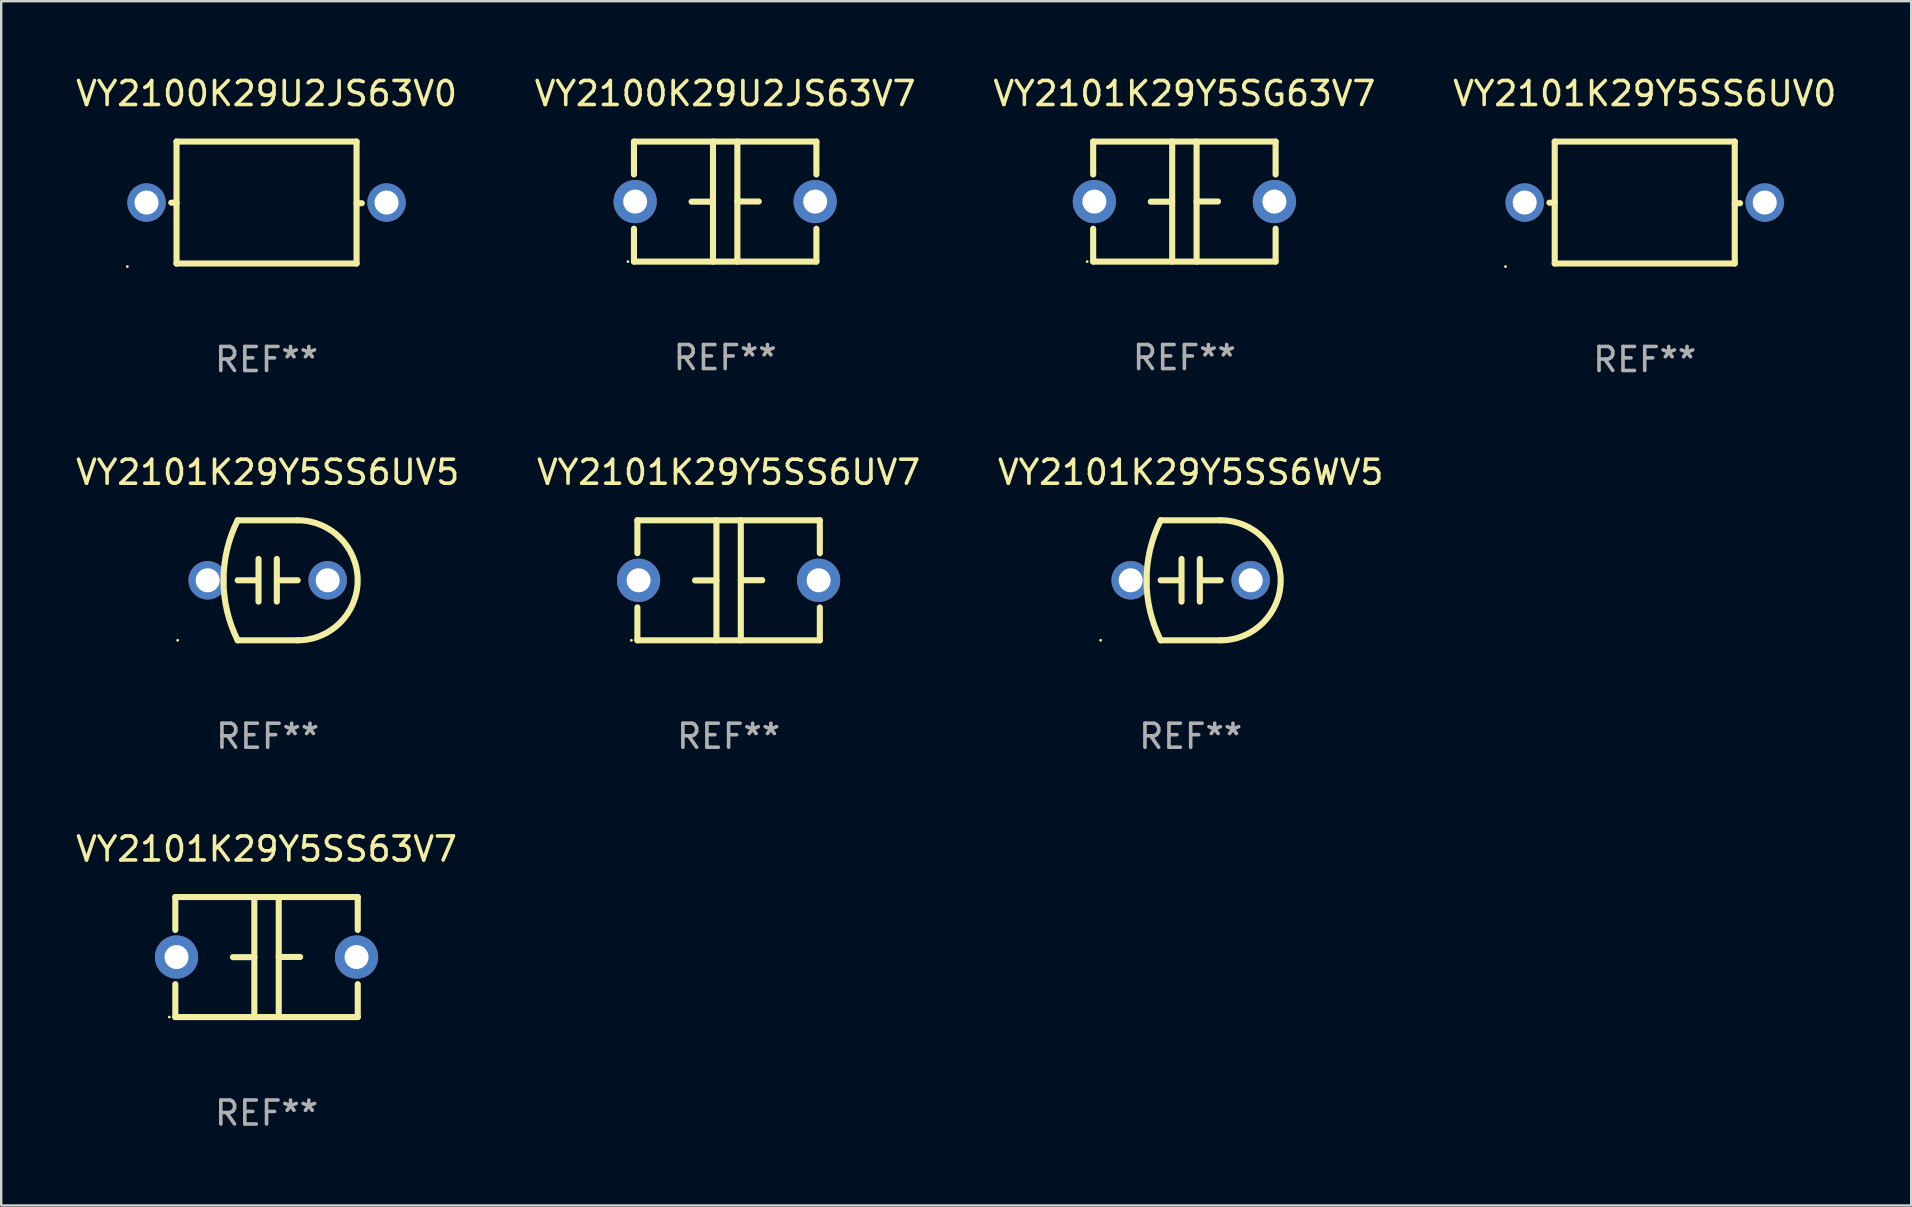
<source format=kicad_pcb>
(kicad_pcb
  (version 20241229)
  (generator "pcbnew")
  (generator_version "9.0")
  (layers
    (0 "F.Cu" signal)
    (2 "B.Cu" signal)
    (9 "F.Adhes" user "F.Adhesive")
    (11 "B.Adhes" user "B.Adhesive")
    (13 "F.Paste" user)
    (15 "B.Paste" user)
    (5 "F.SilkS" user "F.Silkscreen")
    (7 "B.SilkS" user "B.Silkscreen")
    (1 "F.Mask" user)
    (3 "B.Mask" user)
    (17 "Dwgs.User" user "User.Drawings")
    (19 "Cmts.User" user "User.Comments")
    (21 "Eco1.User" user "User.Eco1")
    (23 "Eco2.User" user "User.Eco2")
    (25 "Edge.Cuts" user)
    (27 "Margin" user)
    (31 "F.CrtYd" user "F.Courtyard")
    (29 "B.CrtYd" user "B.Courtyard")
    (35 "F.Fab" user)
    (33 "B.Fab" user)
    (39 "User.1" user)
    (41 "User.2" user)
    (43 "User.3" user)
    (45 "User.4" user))
  (footprint "VY2101K29Y5SG63V7"
    (layer "F.Cu")
    (at 46.292 5.348)
    (property "Reference" "VY2101K29Y5SG63V7" (at 0 -4.5 0) (layer "F.SilkS") (effects (font (size 1 1) (thickness 0.15))))
    (attr through_hole)
    (fp_line (start -3.8 -2.5) (end -3.8 -1.13) (stroke (width 0.254) (type solid)) (layer "F.SilkS"))
    (fp_line (start -3.8 -2.5) (end 3.8 -2.5) (stroke (width 0.254) (type solid)) (layer "F.SilkS"))
    (fp_line (start -3.8 1.13) (end -3.8 2.5) (stroke (width 0.254) (type solid)) (layer "F.SilkS"))
    (fp_line (start -3.8 2.5) (end 3.8 2.5) (stroke (width 0.254) (type solid)) (layer "F.SilkS"))
    (fp_line (start -0.508 0.004) (end -1.4 0.004) (stroke (width 0.254) (type solid)) (layer "F.SilkS"))
    (fp_line (start -0.508 2.5) (end -0.508 -2.5) (stroke (width 0.254) (type solid)) (layer "F.SilkS"))
    (fp_line (start 0.508 -2.5) (end 0.508 2.5) (stroke (width 0.254) (type solid)) (layer "F.SilkS"))
    (fp_line (start 0.508 -0.004) (end 1.4 -0.004) (stroke (width 0.254) (type solid)) (layer "F.SilkS"))
    (fp_line (start 3.8 -2.5) (end 3.8 -1.13) (stroke (width 0.254) (type solid)) (layer "F.SilkS"))
    (fp_line (start 3.8 1.13) (end 3.8 2.5) (stroke (width 0.254) (type solid)) (layer "F.SilkS"))
    (fp_circle (center -4.05 2.5) (end -4.02 2.5) (stroke (width 0.06) (type solid)) (fill no) (layer "F.SilkS"))
    (fp_text user "REF**" (at 0 6.5 0) (layer "F.Fab") (effects (font (size 1 1) (thickness 0.15))))
    (pad "1" thru_hole circle (at -3.75 0.000127) (size 1.8 1.8) (drill 1) (layers "*.Cu" "*.Mask"))
    (pad "2" thru_hole circle (at 3.75 0.000127) (size 1.8 1.8) (drill 1) (layers "*.Cu" "*.Mask")))
  (footprint "VY2100K29U2JS63V7"
    (layer "F.Cu")
    (at 27.161 5.348)
    (property "Reference" "VY2100K29U2JS63V7" (at 0 -4.5 0) (layer "F.SilkS") (effects (font (size 1 1) (thickness 0.15))))
    (attr through_hole)
    (fp_line (start -3.8 -2.5) (end -3.8 -1.13) (stroke (width 0.254) (type solid)) (layer "F.SilkS"))
    (fp_line (start -3.8 -2.5) (end 3.8 -2.5) (stroke (width 0.254) (type solid)) (layer "F.SilkS"))
    (fp_line (start -3.8 1.13) (end -3.8 2.5) (stroke (width 0.254) (type solid)) (layer "F.SilkS"))
    (fp_line (start -3.8 2.5) (end 3.8 2.5) (stroke (width 0.254) (type solid)) (layer "F.SilkS"))
    (fp_line (start -0.508 0.004) (end -1.4 0.004) (stroke (width 0.254) (type solid)) (layer "F.SilkS"))
    (fp_line (start -0.508 2.5) (end -0.508 -2.5) (stroke (width 0.254) (type solid)) (layer "F.SilkS"))
    (fp_line (start 0.508 -2.5) (end 0.508 2.5) (stroke (width 0.254) (type solid)) (layer "F.SilkS"))
    (fp_line (start 0.508 -0.004) (end 1.4 -0.004) (stroke (width 0.254) (type solid)) (layer "F.SilkS"))
    (fp_line (start 3.8 -2.5) (end 3.8 -1.13) (stroke (width 0.254) (type solid)) (layer "F.SilkS"))
    (fp_line (start 3.8 1.13) (end 3.8 2.5) (stroke (width 0.254) (type solid)) (layer "F.SilkS"))
    (fp_circle (center -4.05 2.5) (end -4.02 2.5) (stroke (width 0.06) (type solid)) (fill no) (layer "F.SilkS"))
    (fp_text user "REF**" (at 0 6.5 0) (layer "F.Fab") (effects (font (size 1 1) (thickness 0.15))))
    (pad "1" thru_hole circle (at -3.75 0.000127) (size 1.8 1.8) (drill 1) (layers "*.Cu" "*.Mask"))
    (pad "2" thru_hole circle (at 3.75 0.000127) (size 1.8 1.8) (drill 1) (layers "*.Cu" "*.Mask")))
  (footprint "VY2101K29Y5SS6UV7"
    (layer "F.Cu")
    (at 27.304 21.125)
    (property "Reference" "VY2101K29Y5SS6UV7" (at 0 -4.5 0) (layer "F.SilkS") (effects (font (size 1 1) (thickness 0.15))))
    (attr through_hole)
    (fp_line (start -3.8 -2.5) (end -3.8 -1.13) (stroke (width 0.254) (type solid)) (layer "F.SilkS"))
    (fp_line (start -3.8 -2.5) (end 3.8 -2.5) (stroke (width 0.254) (type solid)) (layer "F.SilkS"))
    (fp_line (start -3.8 1.13) (end -3.8 2.5) (stroke (width 0.254) (type solid)) (layer "F.SilkS"))
    (fp_line (start -3.8 2.5) (end 3.8 2.5) (stroke (width 0.254) (type solid)) (layer "F.SilkS"))
    (fp_line (start -0.508 0.004) (end -1.4 0.004) (stroke (width 0.254) (type solid)) (layer "F.SilkS"))
    (fp_line (start -0.508 2.5) (end -0.508 -2.5) (stroke (width 0.254) (type solid)) (layer "F.SilkS"))
    (fp_line (start 0.508 -2.5) (end 0.508 2.5) (stroke (width 0.254) (type solid)) (layer "F.SilkS"))
    (fp_line (start 0.508 -0.004) (end 1.4 -0.004) (stroke (width 0.254) (type solid)) (layer "F.SilkS"))
    (fp_line (start 3.8 -2.5) (end 3.8 -1.13) (stroke (width 0.254) (type solid)) (layer "F.SilkS"))
    (fp_line (start 3.8 1.13) (end 3.8 2.5) (stroke (width 0.254) (type solid)) (layer "F.SilkS"))
    (fp_circle (center -4.05 2.5) (end -4.02 2.5) (stroke (width 0.06) (type solid)) (fill no) (layer "F.SilkS"))
    (fp_text user "REF**" (at 0 6.5 0) (layer "F.Fab") (effects (font (size 1 1) (thickness 0.15))))
    (pad "1" thru_hole circle (at -3.75 0.000127) (size 1.8 1.8) (drill 1) (layers "*.Cu" "*.Mask"))
    (pad "2" thru_hole circle (at 3.75 0.000127) (size 1.8 1.8) (drill 1) (layers "*.Cu" "*.Mask")))
  (footprint "VY2101K29Y5SS63V7"
    (layer "F.Cu")
    (at 8.054 36.821)
    (property "Reference" "VY2101K29Y5SS63V7" (at 0 -4.5 0) (layer "F.SilkS") (effects (font (size 1 1) (thickness 0.15))))
    (attr through_hole)
    (fp_line (start -3.8 -2.5) (end -3.8 -1.13) (stroke (width 0.254) (type solid)) (layer "F.SilkS"))
    (fp_line (start -3.8 -2.5) (end 3.8 -2.5) (stroke (width 0.254) (type solid)) (layer "F.SilkS"))
    (fp_line (start -3.8 1.13) (end -3.8 2.5) (stroke (width 0.254) (type solid)) (layer "F.SilkS"))
    (fp_line (start -3.8 2.5) (end 3.8 2.5) (stroke (width 0.254) (type solid)) (layer "F.SilkS"))
    (fp_line (start -0.508 0.004) (end -1.4 0.004) (stroke (width 0.254) (type solid)) (layer "F.SilkS"))
    (fp_line (start -0.508 2.5) (end -0.508 -2.5) (stroke (width 0.254) (type solid)) (layer "F.SilkS"))
    (fp_line (start 0.508 -2.5) (end 0.508 2.5) (stroke (width 0.254) (type solid)) (layer "F.SilkS"))
    (fp_line (start 0.508 -0.004) (end 1.4 -0.004) (stroke (width 0.254) (type solid)) (layer "F.SilkS"))
    (fp_line (start 3.8 -2.5) (end 3.8 -1.13) (stroke (width 0.254) (type solid)) (layer "F.SilkS"))
    (fp_line (start 3.8 1.13) (end 3.8 2.5) (stroke (width 0.254) (type solid)) (layer "F.SilkS"))
    (fp_circle (center -4.05 2.5) (end -4.02 2.5) (stroke (width 0.06) (type solid)) (fill no) (layer "F.SilkS"))
    (fp_text user "REF**" (at 0 6.5 0) (layer "F.Fab") (effects (font (size 1 1) (thickness 0.15))))
    (pad "1" thru_hole circle (at -3.75 0.000127) (size 1.8 1.8) (drill 1) (layers "*.Cu" "*.Mask"))
    (pad "2" thru_hole circle (at 3.75 0.000127) (size 1.8 1.8) (drill 1) (layers "*.Cu" "*.Mask")))
  (footprint "VY2101K29Y5SS6UV0"
    (layer "F.Cu")
    (at 65.47 5.388)
    (property "Reference" "VY2101K29Y5SS6UV0" (at 0 -4.54 0) (layer "F.SilkS") (effects (font (size 1 1) (thickness 0.15))))
    (attr through_hole)
    (fp_line (start -3.75 -2.54) (end 3.75 -2.54) (stroke (width 0.254) (type solid)) (layer "F.SilkS"))
    (fp_line (start -3.75 0.006) (end -3.969 0.006) (stroke (width 0.254) (type solid)) (layer "F.SilkS"))
    (fp_line (start -3.75 2.54) (end -3.75 -2.54) (stroke (width 0.254) (type solid)) (layer "F.SilkS"))
    (fp_line (start 3.75 -2.54) (end 3.75 2.54) (stroke (width 0.254) (type solid)) (layer "F.SilkS"))
    (fp_line (start 3.75 0.028) (end 3.969 0.028) (stroke (width 0.254) (type solid)) (layer "F.SilkS"))
    (fp_line (start 3.75 2.54) (end -3.75 2.54) (stroke (width 0.254) (type solid)) (layer "F.SilkS"))
    (fp_circle (center -5.8 2.667) (end -5.77 2.667) (stroke (width 0.06) (type solid)) (fill no) (layer "F.SilkS"))
    (fp_text user "REF**" (at 0 6.54 0) (layer "F.Fab") (effects (font (size 1 1) (thickness 0.15))))
    (pad "1" thru_hole circle (at -5 0) (size 1.6 1.6) (drill 1) (layers "*.Cu" "*.Mask"))
    (pad "2" thru_hole circle (at 5 0) (size 1.6 1.6) (drill 1) (layers "*.Cu" "*.Mask")))
  (footprint "VY2101K29Y5SS6UV5"
    (layer "F.Cu")
    (at 8.101 21.125)
    (property "Reference" "VY2101K29Y5SS6UV5" (at 0 -4.5 0) (layer "F.SilkS") (effects (font (size 1 1) (thickness 0.15))))
    (attr through_hole)
    (fp_line (start -1.25 0) (end -0.508 0) (stroke (width 0.254) (type solid)) (layer "F.SilkS"))
    (fp_line (start -1.25 -2.5) (end 1.25 -2.5) (stroke (width 0.254) (type solid)) (layer "F.SilkS"))
    (fp_line (start -1.25 2.5) (end 1.25 2.5) (stroke (width 0.254) (type solid)) (layer "F.SilkS"))
    (fp_line (start -0.381 -0.889) (end -0.381 0.889) (stroke (width 0.254) (type solid)) (layer "F.SilkS"))
    (fp_line (start 0.381 -0.889) (end 0.381 0.889) (stroke (width 0.254) (type solid)) (layer "F.SilkS"))
    (fp_line (start 1.25 0) (end 0.508 0) (stroke (width 0.254) (type solid)) (layer "F.SilkS"))
    (fp_arc (start -1.249607 2.5) (mid -1.839785 0.000003) (end -1.249632 -2.5) (stroke (width 0.254001) (type solid)) (layer "F.SilkS"))
    (fp_arc (start 1.249605 -2.5) (mid 3.749606 -0.000014) (end 1.249632 2.5) (stroke (width 0.254001) (type solid)) (layer "F.SilkS"))
    (fp_circle (center -3.75 2.5) (end -3.72 2.5) (stroke (width 0.06) (type solid)) (fill no) (layer "F.SilkS"))
    (fp_text user "REF**" (at 0 6.5 0) (layer "F.Fab") (effects (font (size 1 1) (thickness 0.15))))
    (pad "1" thru_hole circle (at -2.5 0) (size 1.6 1.6) (drill 1) (layers "*.Cu" "*.Mask"))
    (pad "2" thru_hole circle (at 2.5 0) (size 1.6 1.6) (drill 1) (layers "*.Cu" "*.Mask")))
  (footprint "VY2100K29U2JS63V0"
    (layer "F.Cu")
    (at 8.054 5.388)
    (property "Reference" "VY2100K29U2JS63V0" (at 0 -4.54 0) (layer "F.SilkS") (effects (font (size 1 1) (thickness 0.15))))
    (attr through_hole)
    (fp_line (start -3.75 -2.54) (end 3.75 -2.54) (stroke (width 0.254) (type solid)) (layer "F.SilkS"))
    (fp_line (start -3.75 0.006) (end -3.969 0.006) (stroke (width 0.254) (type solid)) (layer "F.SilkS"))
    (fp_line (start -3.75 2.54) (end -3.75 -2.54) (stroke (width 0.254) (type solid)) (layer "F.SilkS"))
    (fp_line (start 3.75 -2.54) (end 3.75 2.54) (stroke (width 0.254) (type solid)) (layer "F.SilkS"))
    (fp_line (start 3.75 0.028) (end 3.969 0.028) (stroke (width 0.254) (type solid)) (layer "F.SilkS"))
    (fp_line (start 3.75 2.54) (end -3.75 2.54) (stroke (width 0.254) (type solid)) (layer "F.SilkS"))
    (fp_circle (center -5.8 2.667) (end -5.77 2.667) (stroke (width 0.06) (type solid)) (fill no) (layer "F.SilkS"))
    (fp_text user "REF**" (at 0 6.54 0) (layer "F.Fab") (effects (font (size 1 1) (thickness 0.15))))
    (pad "1" thru_hole circle (at -5 0) (size 1.6 1.6) (drill 1) (layers "*.Cu" "*.Mask"))
    (pad "2" thru_hole circle (at 5 0) (size 1.6 1.6) (drill 1) (layers "*.Cu" "*.Mask")))
  (footprint "VY2101K29Y5SS6WV5"
    (layer "F.Cu")
    (at 46.554 21.125)
    (property "Reference" "VY2101K29Y5SS6WV5" (at 0 -4.5 0) (layer "F.SilkS") (effects (font (size 1 1) (thickness 0.15))))
    (attr through_hole)
    (fp_line (start -1.25 0) (end -0.508 0) (stroke (width 0.254) (type solid)) (layer "F.SilkS"))
    (fp_line (start -1.25 -2.5) (end 1.25 -2.5) (stroke (width 0.254) (type solid)) (layer "F.SilkS"))
    (fp_line (start -1.25 2.5) (end 1.25 2.5) (stroke (width 0.254) (type solid)) (layer "F.SilkS"))
    (fp_line (start -0.381 -0.889) (end -0.381 0.889) (stroke (width 0.254) (type solid)) (layer "F.SilkS"))
    (fp_line (start 0.381 -0.889) (end 0.381 0.889) (stroke (width 0.254) (type solid)) (layer "F.SilkS"))
    (fp_line (start 1.25 0) (end 0.508 0) (stroke (width 0.254) (type solid)) (layer "F.SilkS"))
    (fp_arc (start -1.249607 2.5) (mid -1.839785 0.000003) (end -1.249632 -2.5) (stroke (width 0.254001) (type solid)) (layer "F.SilkS"))
    (fp_arc (start 1.249605 -2.5) (mid 3.749606 -0.000014) (end 1.249632 2.5) (stroke (width 0.254001) (type solid)) (layer "F.SilkS"))
    (fp_circle (center -3.75 2.5) (end -3.72 2.5) (stroke (width 0.06) (type solid)) (fill no) (layer "F.SilkS"))
    (fp_text user "REF**" (at 0 6.5 0) (layer "F.Fab") (effects (font (size 1 1) (thickness 0.15))))
    (pad "1" thru_hole circle (at -2.5 0) (size 1.6 1.6) (drill 1) (layers "*.Cu" "*.Mask"))
    (pad "2" thru_hole circle (at 2.5 0) (size 1.6 1.6) (drill 1) (layers "*.Cu" "*.Mask")))
  (gr_rect
    (start -3 -3)
    (end 76.571 47.17)
    (stroke (width 0.1) (type default))
    (fill no)
    (layer "Edge.Cuts")))
</source>
